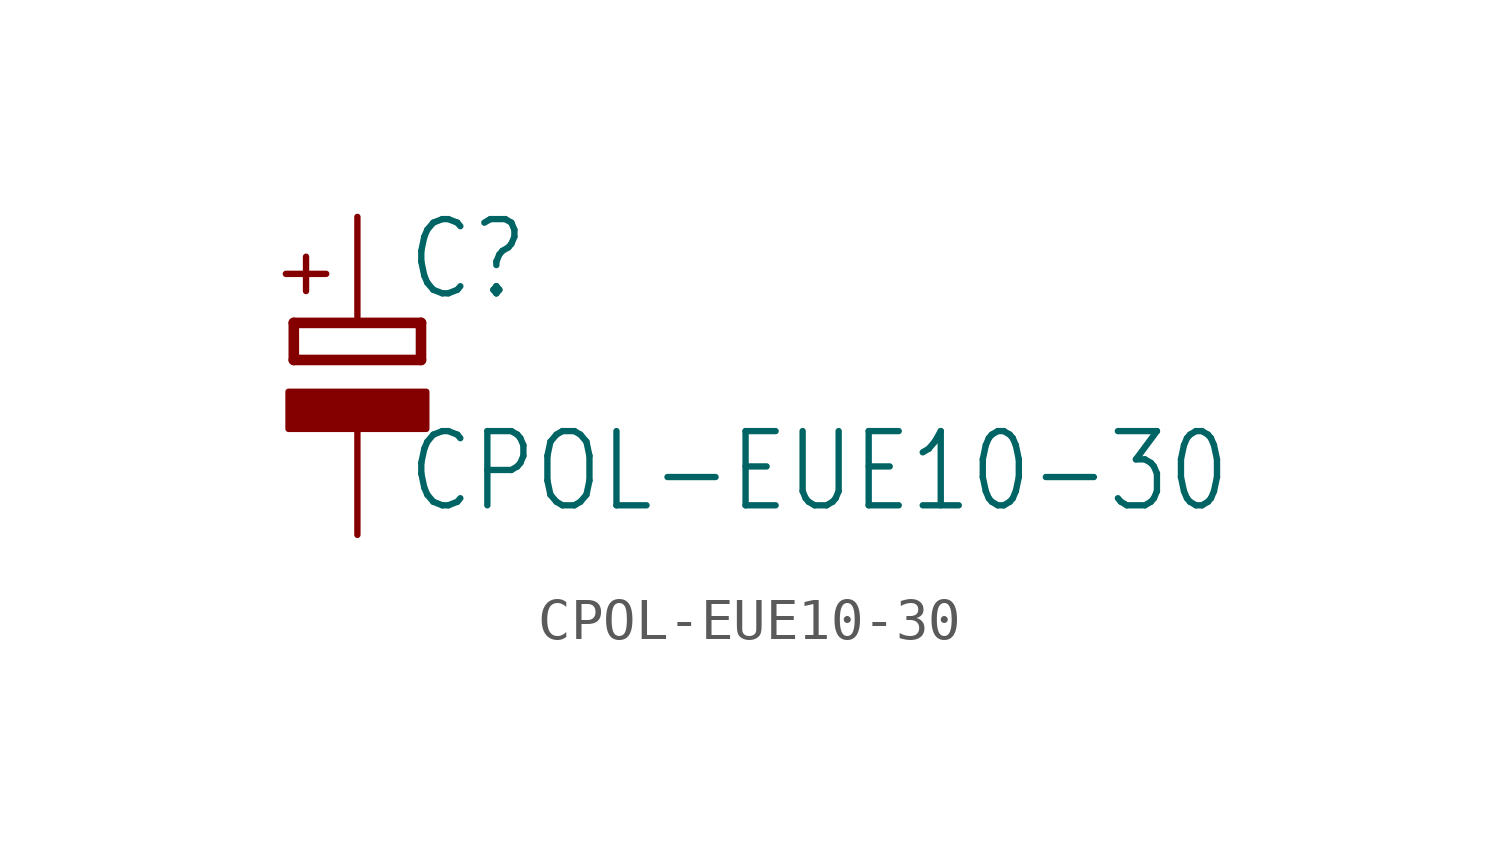
<source format=kicad_sym>
(kicad_symbol_lib
  (version 20220331)
  (generator kicad_symbol_editor)
  (symbol "CPOL-EUE10-30"
    (property "Reference" "C"
      (at 1.143 0.483 0)
      (effects (font (size 1.778 1.511)) (justify left bottom)))
    (property "Value" "CPOL-EUE10-30"
      (at 1.143 -4.597 0)
      (effects (font (size 1.778 1.511)) (justify left bottom)))
    (property "ki_locked" ""
      (at 0 0 0)
      (effects (font (size 1.27 1.27))))
    (symbol "CPOL-EUE10-30_1_0"
      (rectangle (start -1.651 -2.54) (end 1.651 -1.651) (stroke (width 0) (type default)) (fill (type outline)))
      (polyline (pts (xy -1.524 -0.889) (xy 1.524 -0.889)) (stroke (width 0.254) (type solid)) (fill (type none)))
      (polyline (pts (xy -1.524 0) (xy -1.524 -0.889)) (stroke (width 0.254) (type solid)) (fill (type none)))
      (polyline (pts (xy -1.524 0) (xy 1.524 0)) (stroke (width 0.254) (type solid)) (fill (type none)))
      (polyline (pts (xy 1.524 -0.889) (xy 1.524 0)) (stroke (width 0.254) (type solid)) (fill (type none)))
      (text "+" (at -0.584 0.406 900) (effects (font (size 1.27 1.079)) (justify left bottom)))
      (pin passive line (at 0 2.54 270) (length 2.54) (name "+" (effects (font (size 0 0)))) (number "+" (effects (font (size 0 0)))))
      (pin passive line (at 0 -5.08 90) (length 2.54) (name "-" (effects (font (size 0 0)))) (number "-" (effects (font (size 0 0))))))))
</source>
